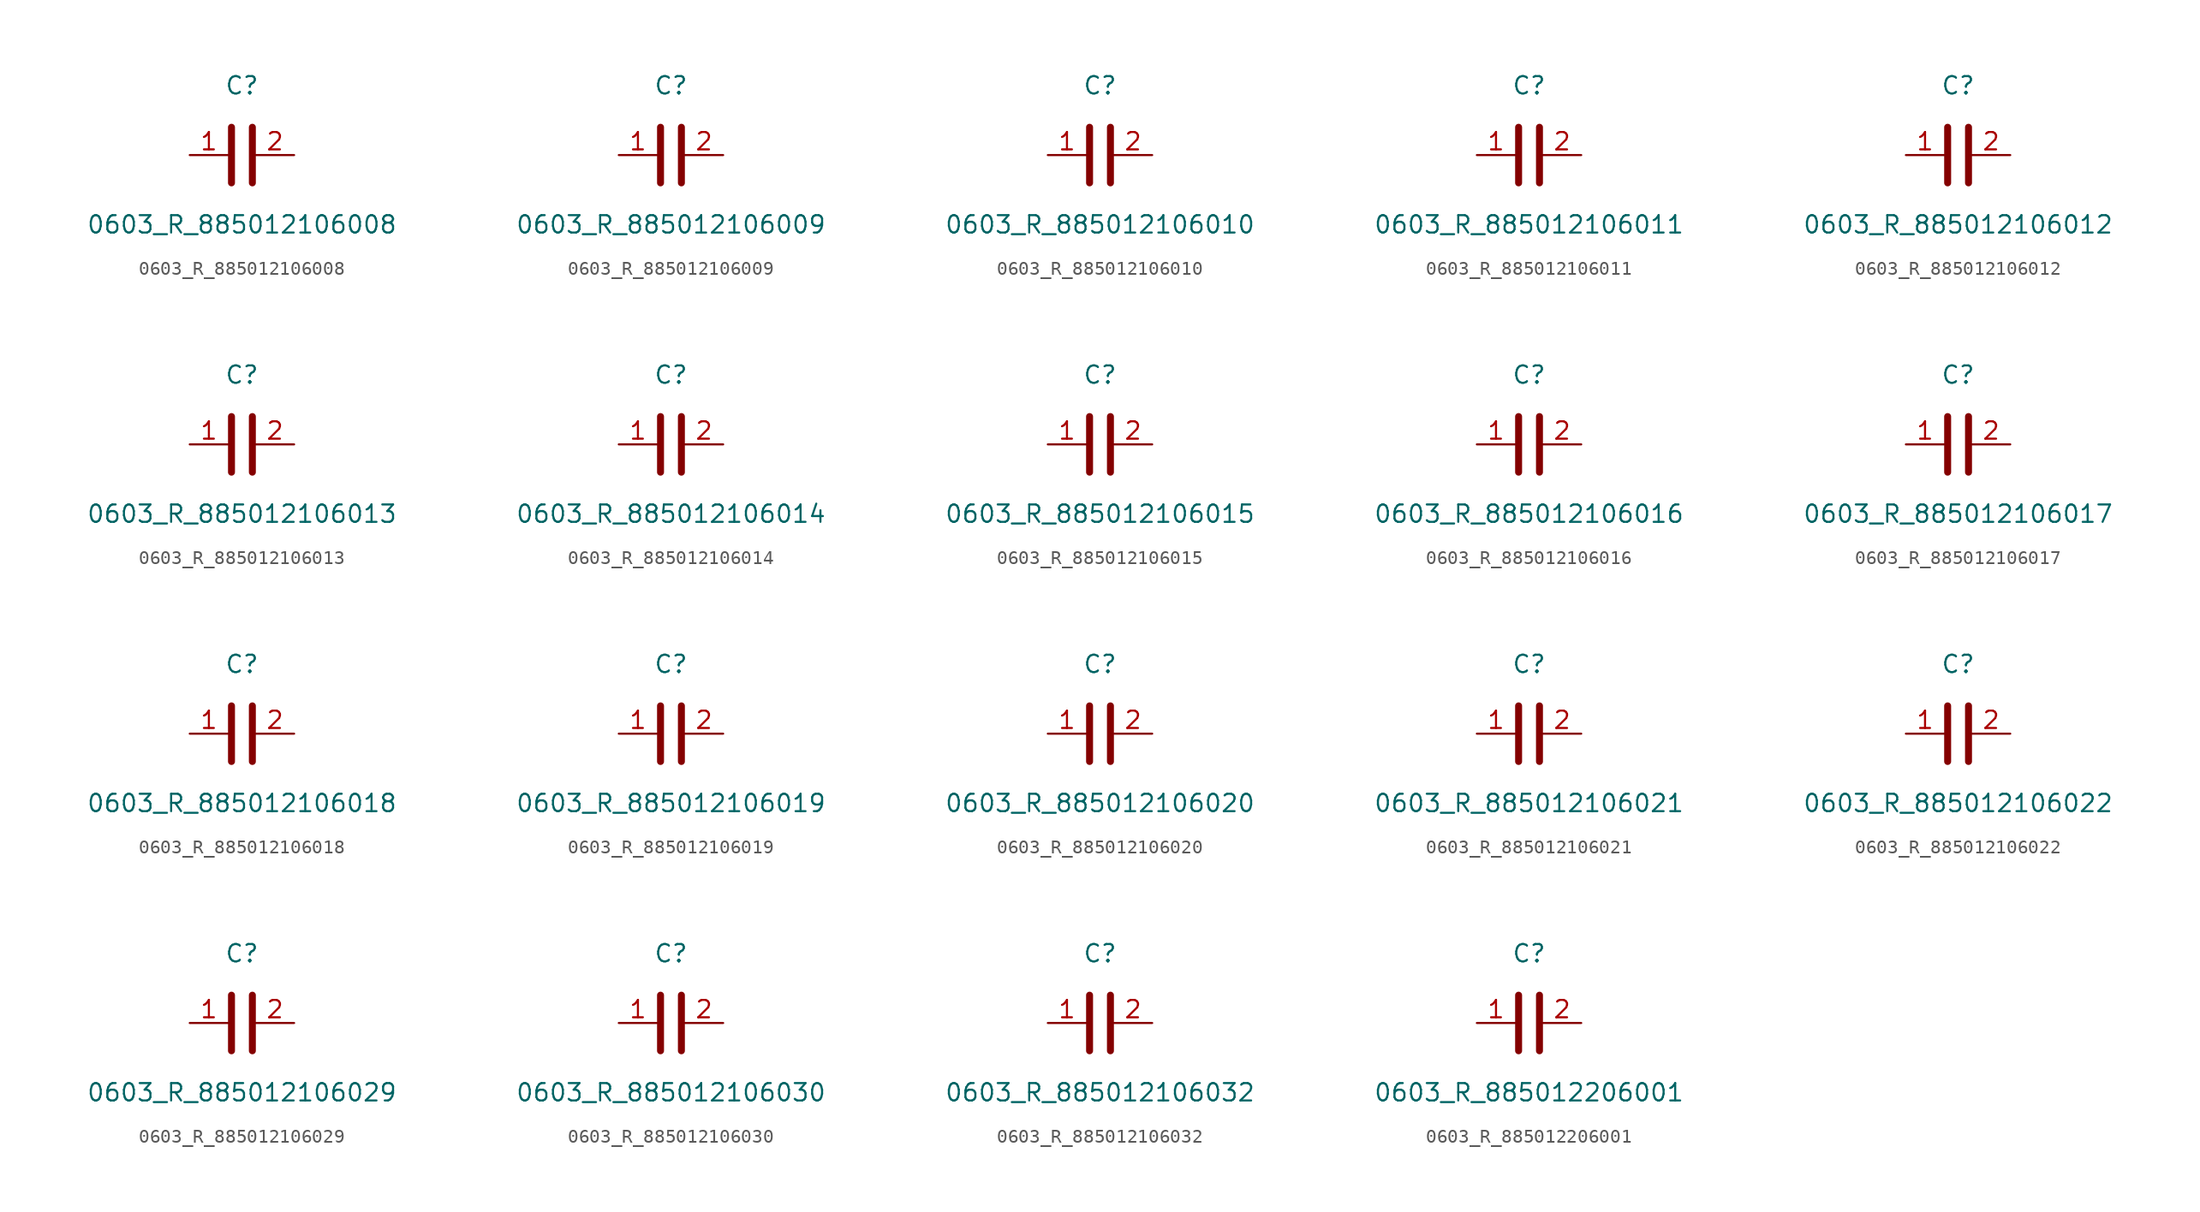
<source format=kicad_sym>
(kicad_symbol_lib
  (version 20220914)
  (generator kicad_symbol_editor)
  (symbol "0603_R_885012106008"
    (pin_names hide)
    (property "Reference" "C"
      (at 0 5.08 0)
      (effects (font (size 1.27 1.27))))
    (property "Value" "0603_R_885012106008"
      (at 0 -5.08 0)
      (effects (font (size 1.27 1.27))))
    (symbol "0603_R_885012106008_0_1"
      (polyline (pts (xy -0.762 -2.032) (xy -0.762 2.032)) (stroke (width 0.508) (type default)) (fill (type none)))
      (polyline (pts (xy 0.762 -2.032) (xy 0.762 2.032)) (stroke (width 0.508) (type default)) (fill (type none))))
    (symbol "0603_R_885012106008_1_1"
      (pin passive line (at -3.81 0 0) (length 2.794) (name "1" (effects (font (size 1.27 1.27)))) (number "1" (effects (font (size 1.27 1.27)))))
      (pin passive line (at 3.81 0 180) (length 2.794) (name "2" (effects (font (size 1.27 1.27)))) (number "2" (effects (font (size 1.27 1.27)))))))
  (symbol "0603_R_885012106009"
    (pin_names hide)
    (property "Reference" "C"
      (at 0 5.08 0)
      (effects (font (size 1.27 1.27))))
    (property "Value" "0603_R_885012106009"
      (at 0 -5.08 0)
      (effects (font (size 1.27 1.27))))
    (symbol "0603_R_885012106009_0_1"
      (polyline (pts (xy -0.762 -2.032) (xy -0.762 2.032)) (stroke (width 0.508) (type default)) (fill (type none)))
      (polyline (pts (xy 0.762 -2.032) (xy 0.762 2.032)) (stroke (width 0.508) (type default)) (fill (type none))))
    (symbol "0603_R_885012106009_1_1"
      (pin passive line (at -3.81 0 0) (length 2.794) (name "1" (effects (font (size 1.27 1.27)))) (number "1" (effects (font (size 1.27 1.27)))))
      (pin passive line (at 3.81 0 180) (length 2.794) (name "2" (effects (font (size 1.27 1.27)))) (number "2" (effects (font (size 1.27 1.27)))))))
  (symbol "0603_R_885012106010"
    (pin_names hide)
    (property "Reference" "C"
      (at 0 5.08 0)
      (effects (font (size 1.27 1.27))))
    (property "Value" "0603_R_885012106010"
      (at 0 -5.08 0)
      (effects (font (size 1.27 1.27))))
    (symbol "0603_R_885012106010_0_1"
      (polyline (pts (xy -0.762 -2.032) (xy -0.762 2.032)) (stroke (width 0.508) (type default)) (fill (type none)))
      (polyline (pts (xy 0.762 -2.032) (xy 0.762 2.032)) (stroke (width 0.508) (type default)) (fill (type none))))
    (symbol "0603_R_885012106010_1_1"
      (pin passive line (at -3.81 0 0) (length 2.794) (name "1" (effects (font (size 1.27 1.27)))) (number "1" (effects (font (size 1.27 1.27)))))
      (pin passive line (at 3.81 0 180) (length 2.794) (name "2" (effects (font (size 1.27 1.27)))) (number "2" (effects (font (size 1.27 1.27)))))))
  (symbol "0603_R_885012106011"
    (pin_names hide)
    (property "Reference" "C"
      (at 0 5.08 0)
      (effects (font (size 1.27 1.27))))
    (property "Value" "0603_R_885012106011"
      (at 0 -5.08 0)
      (effects (font (size 1.27 1.27))))
    (symbol "0603_R_885012106011_0_1"
      (polyline (pts (xy -0.762 -2.032) (xy -0.762 2.032)) (stroke (width 0.508) (type default)) (fill (type none)))
      (polyline (pts (xy 0.762 -2.032) (xy 0.762 2.032)) (stroke (width 0.508) (type default)) (fill (type none))))
    (symbol "0603_R_885012106011_1_1"
      (pin passive line (at -3.81 0 0) (length 2.794) (name "1" (effects (font (size 1.27 1.27)))) (number "1" (effects (font (size 1.27 1.27)))))
      (pin passive line (at 3.81 0 180) (length 2.794) (name "2" (effects (font (size 1.27 1.27)))) (number "2" (effects (font (size 1.27 1.27)))))))
  (symbol "0603_R_885012106012"
    (pin_names hide)
    (property "Reference" "C"
      (at 0 5.08 0)
      (effects (font (size 1.27 1.27))))
    (property "Value" "0603_R_885012106012"
      (at 0 -5.08 0)
      (effects (font (size 1.27 1.27))))
    (symbol "0603_R_885012106012_0_1"
      (polyline (pts (xy -0.762 -2.032) (xy -0.762 2.032)) (stroke (width 0.508) (type default)) (fill (type none)))
      (polyline (pts (xy 0.762 -2.032) (xy 0.762 2.032)) (stroke (width 0.508) (type default)) (fill (type none))))
    (symbol "0603_R_885012106012_1_1"
      (pin passive line (at -3.81 0 0) (length 2.794) (name "1" (effects (font (size 1.27 1.27)))) (number "1" (effects (font (size 1.27 1.27)))))
      (pin passive line (at 3.81 0 180) (length 2.794) (name "2" (effects (font (size 1.27 1.27)))) (number "2" (effects (font (size 1.27 1.27)))))))
  (symbol "0603_R_885012106013"
    (pin_names hide)
    (property "Reference" "C"
      (at 0 5.08 0)
      (effects (font (size 1.27 1.27))))
    (property "Value" "0603_R_885012106013"
      (at 0 -5.08 0)
      (effects (font (size 1.27 1.27))))
    (symbol "0603_R_885012106013_0_1"
      (polyline (pts (xy -0.762 -2.032) (xy -0.762 2.032)) (stroke (width 0.508) (type default)) (fill (type none)))
      (polyline (pts (xy 0.762 -2.032) (xy 0.762 2.032)) (stroke (width 0.508) (type default)) (fill (type none))))
    (symbol "0603_R_885012106013_1_1"
      (pin passive line (at -3.81 0 0) (length 2.794) (name "1" (effects (font (size 1.27 1.27)))) (number "1" (effects (font (size 1.27 1.27)))))
      (pin passive line (at 3.81 0 180) (length 2.794) (name "2" (effects (font (size 1.27 1.27)))) (number "2" (effects (font (size 1.27 1.27)))))))
  (symbol "0603_R_885012106014"
    (pin_names hide)
    (property "Reference" "C"
      (at 0 5.08 0)
      (effects (font (size 1.27 1.27))))
    (property "Value" "0603_R_885012106014"
      (at 0 -5.08 0)
      (effects (font (size 1.27 1.27))))
    (symbol "0603_R_885012106014_0_1"
      (polyline (pts (xy -0.762 -2.032) (xy -0.762 2.032)) (stroke (width 0.508) (type default)) (fill (type none)))
      (polyline (pts (xy 0.762 -2.032) (xy 0.762 2.032)) (stroke (width 0.508) (type default)) (fill (type none))))
    (symbol "0603_R_885012106014_1_1"
      (pin passive line (at -3.81 0 0) (length 2.794) (name "1" (effects (font (size 1.27 1.27)))) (number "1" (effects (font (size 1.27 1.27)))))
      (pin passive line (at 3.81 0 180) (length 2.794) (name "2" (effects (font (size 1.27 1.27)))) (number "2" (effects (font (size 1.27 1.27)))))))
  (symbol "0603_R_885012106015"
    (pin_names hide)
    (property "Reference" "C"
      (at 0 5.08 0)
      (effects (font (size 1.27 1.27))))
    (property "Value" "0603_R_885012106015"
      (at 0 -5.08 0)
      (effects (font (size 1.27 1.27))))
    (symbol "0603_R_885012106015_0_1"
      (polyline (pts (xy -0.762 -2.032) (xy -0.762 2.032)) (stroke (width 0.508) (type default)) (fill (type none)))
      (polyline (pts (xy 0.762 -2.032) (xy 0.762 2.032)) (stroke (width 0.508) (type default)) (fill (type none))))
    (symbol "0603_R_885012106015_1_1"
      (pin passive line (at -3.81 0 0) (length 2.794) (name "1" (effects (font (size 1.27 1.27)))) (number "1" (effects (font (size 1.27 1.27)))))
      (pin passive line (at 3.81 0 180) (length 2.794) (name "2" (effects (font (size 1.27 1.27)))) (number "2" (effects (font (size 1.27 1.27)))))))
  (symbol "0603_R_885012106016"
    (pin_names hide)
    (property "Reference" "C"
      (at 0 5.08 0)
      (effects (font (size 1.27 1.27))))
    (property "Value" "0603_R_885012106016"
      (at 0 -5.08 0)
      (effects (font (size 1.27 1.27))))
    (symbol "0603_R_885012106016_0_1"
      (polyline (pts (xy -0.762 -2.032) (xy -0.762 2.032)) (stroke (width 0.508) (type default)) (fill (type none)))
      (polyline (pts (xy 0.762 -2.032) (xy 0.762 2.032)) (stroke (width 0.508) (type default)) (fill (type none))))
    (symbol "0603_R_885012106016_1_1"
      (pin passive line (at -3.81 0 0) (length 2.794) (name "1" (effects (font (size 1.27 1.27)))) (number "1" (effects (font (size 1.27 1.27)))))
      (pin passive line (at 3.81 0 180) (length 2.794) (name "2" (effects (font (size 1.27 1.27)))) (number "2" (effects (font (size 1.27 1.27)))))))
  (symbol "0603_R_885012106017"
    (pin_names hide)
    (property "Reference" "C"
      (at 0 5.08 0)
      (effects (font (size 1.27 1.27))))
    (property "Value" "0603_R_885012106017"
      (at 0 -5.08 0)
      (effects (font (size 1.27 1.27))))
    (symbol "0603_R_885012106017_0_1"
      (polyline (pts (xy -0.762 -2.032) (xy -0.762 2.032)) (stroke (width 0.508) (type default)) (fill (type none)))
      (polyline (pts (xy 0.762 -2.032) (xy 0.762 2.032)) (stroke (width 0.508) (type default)) (fill (type none))))
    (symbol "0603_R_885012106017_1_1"
      (pin passive line (at -3.81 0 0) (length 2.794) (name "1" (effects (font (size 1.27 1.27)))) (number "1" (effects (font (size 1.27 1.27)))))
      (pin passive line (at 3.81 0 180) (length 2.794) (name "2" (effects (font (size 1.27 1.27)))) (number "2" (effects (font (size 1.27 1.27)))))))
  (symbol "0603_R_885012106018"
    (pin_names hide)
    (property "Reference" "C"
      (at 0 5.08 0)
      (effects (font (size 1.27 1.27))))
    (property "Value" "0603_R_885012106018"
      (at 0 -5.08 0)
      (effects (font (size 1.27 1.27))))
    (symbol "0603_R_885012106018_0_1"
      (polyline (pts (xy -0.762 -2.032) (xy -0.762 2.032)) (stroke (width 0.508) (type default)) (fill (type none)))
      (polyline (pts (xy 0.762 -2.032) (xy 0.762 2.032)) (stroke (width 0.508) (type default)) (fill (type none))))
    (symbol "0603_R_885012106018_1_1"
      (pin passive line (at -3.81 0 0) (length 2.794) (name "1" (effects (font (size 1.27 1.27)))) (number "1" (effects (font (size 1.27 1.27)))))
      (pin passive line (at 3.81 0 180) (length 2.794) (name "2" (effects (font (size 1.27 1.27)))) (number "2" (effects (font (size 1.27 1.27)))))))
  (symbol "0603_R_885012106019"
    (pin_names hide)
    (property "Reference" "C"
      (at 0 5.08 0)
      (effects (font (size 1.27 1.27))))
    (property "Value" "0603_R_885012106019"
      (at 0 -5.08 0)
      (effects (font (size 1.27 1.27))))
    (symbol "0603_R_885012106019_0_1"
      (polyline (pts (xy -0.762 -2.032) (xy -0.762 2.032)) (stroke (width 0.508) (type default)) (fill (type none)))
      (polyline (pts (xy 0.762 -2.032) (xy 0.762 2.032)) (stroke (width 0.508) (type default)) (fill (type none))))
    (symbol "0603_R_885012106019_1_1"
      (pin passive line (at -3.81 0 0) (length 2.794) (name "1" (effects (font (size 1.27 1.27)))) (number "1" (effects (font (size 1.27 1.27)))))
      (pin passive line (at 3.81 0 180) (length 2.794) (name "2" (effects (font (size 1.27 1.27)))) (number "2" (effects (font (size 1.27 1.27)))))))
  (symbol "0603_R_885012106020"
    (pin_names hide)
    (property "Reference" "C"
      (at 0 5.08 0)
      (effects (font (size 1.27 1.27))))
    (property "Value" "0603_R_885012106020"
      (at 0 -5.08 0)
      (effects (font (size 1.27 1.27))))
    (symbol "0603_R_885012106020_0_1"
      (polyline (pts (xy -0.762 -2.032) (xy -0.762 2.032)) (stroke (width 0.508) (type default)) (fill (type none)))
      (polyline (pts (xy 0.762 -2.032) (xy 0.762 2.032)) (stroke (width 0.508) (type default)) (fill (type none))))
    (symbol "0603_R_885012106020_1_1"
      (pin passive line (at -3.81 0 0) (length 2.794) (name "1" (effects (font (size 1.27 1.27)))) (number "1" (effects (font (size 1.27 1.27)))))
      (pin passive line (at 3.81 0 180) (length 2.794) (name "2" (effects (font (size 1.27 1.27)))) (number "2" (effects (font (size 1.27 1.27)))))))
  (symbol "0603_R_885012106021"
    (pin_names hide)
    (property "Reference" "C"
      (at 0 5.08 0)
      (effects (font (size 1.27 1.27))))
    (property "Value" "0603_R_885012106021"
      (at 0 -5.08 0)
      (effects (font (size 1.27 1.27))))
    (symbol "0603_R_885012106021_0_1"
      (polyline (pts (xy -0.762 -2.032) (xy -0.762 2.032)) (stroke (width 0.508) (type default)) (fill (type none)))
      (polyline (pts (xy 0.762 -2.032) (xy 0.762 2.032)) (stroke (width 0.508) (type default)) (fill (type none))))
    (symbol "0603_R_885012106021_1_1"
      (pin passive line (at -3.81 0 0) (length 2.794) (name "1" (effects (font (size 1.27 1.27)))) (number "1" (effects (font (size 1.27 1.27)))))
      (pin passive line (at 3.81 0 180) (length 2.794) (name "2" (effects (font (size 1.27 1.27)))) (number "2" (effects (font (size 1.27 1.27)))))))
  (symbol "0603_R_885012106022"
    (pin_names hide)
    (property "Reference" "C"
      (at 0 5.08 0)
      (effects (font (size 1.27 1.27))))
    (property "Value" "0603_R_885012106022"
      (at 0 -5.08 0)
      (effects (font (size 1.27 1.27))))
    (symbol "0603_R_885012106022_0_1"
      (polyline (pts (xy -0.762 -2.032) (xy -0.762 2.032)) (stroke (width 0.508) (type default)) (fill (type none)))
      (polyline (pts (xy 0.762 -2.032) (xy 0.762 2.032)) (stroke (width 0.508) (type default)) (fill (type none))))
    (symbol "0603_R_885012106022_1_1"
      (pin passive line (at -3.81 0 0) (length 2.794) (name "1" (effects (font (size 1.27 1.27)))) (number "1" (effects (font (size 1.27 1.27)))))
      (pin passive line (at 3.81 0 180) (length 2.794) (name "2" (effects (font (size 1.27 1.27)))) (number "2" (effects (font (size 1.27 1.27)))))))
  (symbol "0603_R_885012106029"
    (pin_names hide)
    (property "Reference" "C"
      (at 0 5.08 0)
      (effects (font (size 1.27 1.27))))
    (property "Value" "0603_R_885012106029"
      (at 0 -5.08 0)
      (effects (font (size 1.27 1.27))))
    (symbol "0603_R_885012106029_0_1"
      (polyline (pts (xy -0.762 -2.032) (xy -0.762 2.032)) (stroke (width 0.508) (type default)) (fill (type none)))
      (polyline (pts (xy 0.762 -2.032) (xy 0.762 2.032)) (stroke (width 0.508) (type default)) (fill (type none))))
    (symbol "0603_R_885012106029_1_1"
      (pin passive line (at -3.81 0 0) (length 2.794) (name "1" (effects (font (size 1.27 1.27)))) (number "1" (effects (font (size 1.27 1.27)))))
      (pin passive line (at 3.81 0 180) (length 2.794) (name "2" (effects (font (size 1.27 1.27)))) (number "2" (effects (font (size 1.27 1.27)))))))
  (symbol "0603_R_885012106030"
    (pin_names hide)
    (property "Reference" "C"
      (at 0 5.08 0)
      (effects (font (size 1.27 1.27))))
    (property "Value" "0603_R_885012106030"
      (at 0 -5.08 0)
      (effects (font (size 1.27 1.27))))
    (symbol "0603_R_885012106030_0_1"
      (polyline (pts (xy -0.762 -2.032) (xy -0.762 2.032)) (stroke (width 0.508) (type default)) (fill (type none)))
      (polyline (pts (xy 0.762 -2.032) (xy 0.762 2.032)) (stroke (width 0.508) (type default)) (fill (type none))))
    (symbol "0603_R_885012106030_1_1"
      (pin passive line (at -3.81 0 0) (length 2.794) (name "1" (effects (font (size 1.27 1.27)))) (number "1" (effects (font (size 1.27 1.27)))))
      (pin passive line (at 3.81 0 180) (length 2.794) (name "2" (effects (font (size 1.27 1.27)))) (number "2" (effects (font (size 1.27 1.27)))))))
  (symbol "0603_R_885012106032"
    (pin_names hide)
    (property "Reference" "C"
      (at 0 5.08 0)
      (effects (font (size 1.27 1.27))))
    (property "Value" "0603_R_885012106032"
      (at 0 -5.08 0)
      (effects (font (size 1.27 1.27))))
    (symbol "0603_R_885012106032_0_1"
      (polyline (pts (xy -0.762 -2.032) (xy -0.762 2.032)) (stroke (width 0.508) (type default)) (fill (type none)))
      (polyline (pts (xy 0.762 -2.032) (xy 0.762 2.032)) (stroke (width 0.508) (type default)) (fill (type none))))
    (symbol "0603_R_885012106032_1_1"
      (pin passive line (at -3.81 0 0) (length 2.794) (name "1" (effects (font (size 1.27 1.27)))) (number "1" (effects (font (size 1.27 1.27)))))
      (pin passive line (at 3.81 0 180) (length 2.794) (name "2" (effects (font (size 1.27 1.27)))) (number "2" (effects (font (size 1.27 1.27)))))))
  (symbol "0603_R_885012206001"
    (pin_names hide)
    (property "Reference" "C"
      (at 0 5.08 0)
      (effects (font (size 1.27 1.27))))
    (property "Value" "0603_R_885012206001"
      (at 0 -5.08 0)
      (effects (font (size 1.27 1.27))))
    (symbol "0603_R_885012206001_0_1"
      (polyline (pts (xy -0.762 -2.032) (xy -0.762 2.032)) (stroke (width 0.508) (type default)) (fill (type none)))
      (polyline (pts (xy 0.762 -2.032) (xy 0.762 2.032)) (stroke (width 0.508) (type default)) (fill (type none))))
    (symbol "0603_R_885012206001_1_1"
      (pin passive line (at -3.81 0 0) (length 2.794) (name "1" (effects (font (size 1.27 1.27)))) (number "1" (effects (font (size 1.27 1.27)))))
      (pin passive line (at 3.81 0 180) (length 2.794) (name "2" (effects (font (size 1.27 1.27)))) (number "2" (effects (font (size 1.27 1.27))))))))
</source>
